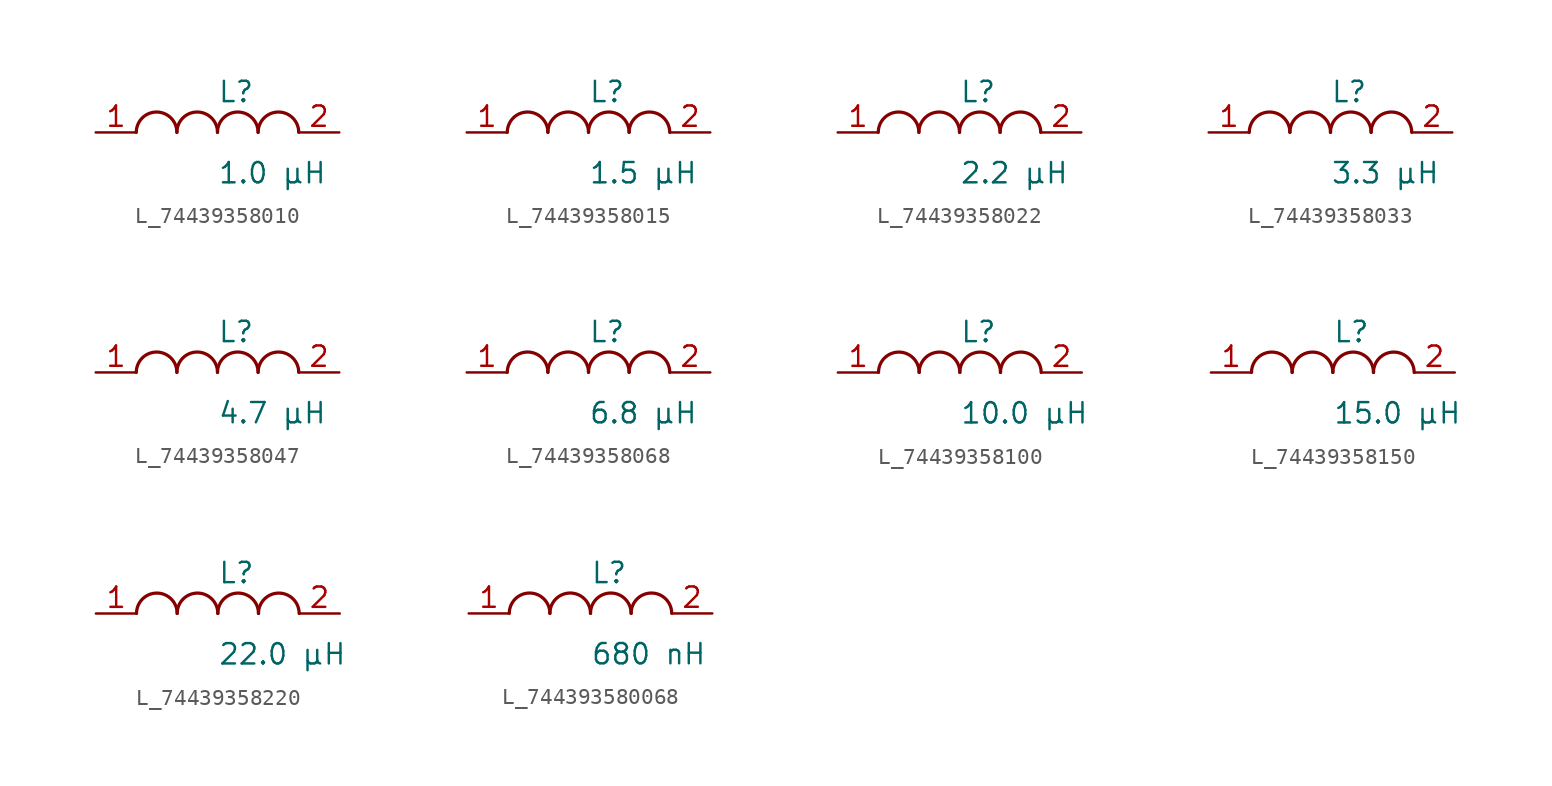
<source format=kicad_sym>
(kicad_symbol_lib
  (version 20231120)
  (generator kicad_symbol_editor)
  (generator_version 8.0)
  (symbol "L_74439358010"
    (pin_names
      (offset 0.254))
    (property "Reference" "L"
      (at 0 2.54 0)
      (effects (font (size 1.27 1.27)) (justify left)))
    (property "Value" "1.0 µH"
      (at 0 -2.54 0)
      (effects (font (size 1.27 1.27)) (justify left)))
    (symbol "L_74439358010_1_1"
      (arc (start -2.54 0.0056) (mid -3.81 1.27) (end -5.08 0.0056) (stroke (width 0.2032) (type default)) (fill (type none)))
      (arc (start 0 0.0056) (mid -1.27 1.27) (end -2.54 0.0056) (stroke (width 0.2032) (type default)) (fill (type none)))
      (arc (start 2.54 0.0056) (mid 1.27 1.27) (end 0 0.0056) (stroke (width 0.2032) (type default)) (fill (type none)))
      (arc (start 5.08 0.0056) (mid 3.81 1.27) (end 2.54 0.0056) (stroke (width 0.2032) (type default)) (fill (type none)))
      (pin passive line (at -7.62 0 0) (length 2.54) (name "" (effects (font (size 1.27 1.27)))) (number "1" (effects (font (size 1.27 1.27)))))
      (pin passive line (at 7.62 0 180) (length 2.54) (name "" (effects (font (size 1.27 1.27)))) (number "2" (effects (font (size 1.27 1.27)))))))
  (symbol "L_74439358015"
    (pin_names
      (offset 0.254))
    (property "Reference" "L"
      (at 0 2.54 0)
      (effects (font (size 1.27 1.27)) (justify left)))
    (property "Value" "1.5 µH"
      (at 0 -2.54 0)
      (effects (font (size 1.27 1.27)) (justify left)))
    (symbol "L_74439358015_1_1"
      (arc (start -2.54 0.0056) (mid -3.81 1.27) (end -5.08 0.0056) (stroke (width 0.2032) (type default)) (fill (type none)))
      (arc (start 0 0.0056) (mid -1.27 1.27) (end -2.54 0.0056) (stroke (width 0.2032) (type default)) (fill (type none)))
      (arc (start 2.54 0.0056) (mid 1.27 1.27) (end 0 0.0056) (stroke (width 0.2032) (type default)) (fill (type none)))
      (arc (start 5.08 0.0056) (mid 3.81 1.27) (end 2.54 0.0056) (stroke (width 0.2032) (type default)) (fill (type none)))
      (pin passive line (at -7.62 0 0) (length 2.54) (name "" (effects (font (size 1.27 1.27)))) (number "1" (effects (font (size 1.27 1.27)))))
      (pin passive line (at 7.62 0 180) (length 2.54) (name "" (effects (font (size 1.27 1.27)))) (number "2" (effects (font (size 1.27 1.27)))))))
  (symbol "L_74439358022"
    (pin_names
      (offset 0.254))
    (property "Reference" "L"
      (at 0 2.54 0)
      (effects (font (size 1.27 1.27)) (justify left)))
    (property "Value" "2.2 µH"
      (at 0 -2.54 0)
      (effects (font (size 1.27 1.27)) (justify left)))
    (symbol "L_74439358022_1_1"
      (arc (start -2.54 0.0056) (mid -3.81 1.27) (end -5.08 0.0056) (stroke (width 0.2032) (type default)) (fill (type none)))
      (arc (start 0 0.0056) (mid -1.27 1.27) (end -2.54 0.0056) (stroke (width 0.2032) (type default)) (fill (type none)))
      (arc (start 2.54 0.0056) (mid 1.27 1.27) (end 0 0.0056) (stroke (width 0.2032) (type default)) (fill (type none)))
      (arc (start 5.08 0.0056) (mid 3.81 1.27) (end 2.54 0.0056) (stroke (width 0.2032) (type default)) (fill (type none)))
      (pin passive line (at -7.62 0 0) (length 2.54) (name "" (effects (font (size 1.27 1.27)))) (number "1" (effects (font (size 1.27 1.27)))))
      (pin passive line (at 7.62 0 180) (length 2.54) (name "" (effects (font (size 1.27 1.27)))) (number "2" (effects (font (size 1.27 1.27)))))))
  (symbol "L_74439358033"
    (pin_names
      (offset 0.254))
    (property "Reference" "L"
      (at 0 2.54 0)
      (effects (font (size 1.27 1.27)) (justify left)))
    (property "Value" "3.3 µH"
      (at 0 -2.54 0)
      (effects (font (size 1.27 1.27)) (justify left)))
    (symbol "L_74439358033_1_1"
      (arc (start -2.54 0.0056) (mid -3.81 1.27) (end -5.08 0.0056) (stroke (width 0.2032) (type default)) (fill (type none)))
      (arc (start 0 0.0056) (mid -1.27 1.27) (end -2.54 0.0056) (stroke (width 0.2032) (type default)) (fill (type none)))
      (arc (start 2.54 0.0056) (mid 1.27 1.27) (end 0 0.0056) (stroke (width 0.2032) (type default)) (fill (type none)))
      (arc (start 5.08 0.0056) (mid 3.81 1.27) (end 2.54 0.0056) (stroke (width 0.2032) (type default)) (fill (type none)))
      (pin passive line (at -7.62 0 0) (length 2.54) (name "" (effects (font (size 1.27 1.27)))) (number "1" (effects (font (size 1.27 1.27)))))
      (pin passive line (at 7.62 0 180) (length 2.54) (name "" (effects (font (size 1.27 1.27)))) (number "2" (effects (font (size 1.27 1.27)))))))
  (symbol "L_74439358047"
    (pin_names
      (offset 0.254))
    (property "Reference" "L"
      (at 0 2.54 0)
      (effects (font (size 1.27 1.27)) (justify left)))
    (property "Value" "4.7 µH"
      (at 0 -2.54 0)
      (effects (font (size 1.27 1.27)) (justify left)))
    (symbol "L_74439358047_1_1"
      (arc (start -2.54 0.0056) (mid -3.81 1.27) (end -5.08 0.0056) (stroke (width 0.2032) (type default)) (fill (type none)))
      (arc (start 0 0.0056) (mid -1.27 1.27) (end -2.54 0.0056) (stroke (width 0.2032) (type default)) (fill (type none)))
      (arc (start 2.54 0.0056) (mid 1.27 1.27) (end 0 0.0056) (stroke (width 0.2032) (type default)) (fill (type none)))
      (arc (start 5.08 0.0056) (mid 3.81 1.27) (end 2.54 0.0056) (stroke (width 0.2032) (type default)) (fill (type none)))
      (pin passive line (at -7.62 0 0) (length 2.54) (name "" (effects (font (size 1.27 1.27)))) (number "1" (effects (font (size 1.27 1.27)))))
      (pin passive line (at 7.62 0 180) (length 2.54) (name "" (effects (font (size 1.27 1.27)))) (number "2" (effects (font (size 1.27 1.27)))))))
  (symbol "L_74439358068"
    (pin_names
      (offset 0.254))
    (property "Reference" "L"
      (at 0 2.54 0)
      (effects (font (size 1.27 1.27)) (justify left)))
    (property "Value" "6.8 µH"
      (at 0 -2.54 0)
      (effects (font (size 1.27 1.27)) (justify left)))
    (symbol "L_74439358068_1_1"
      (arc (start -2.54 0.0056) (mid -3.81 1.27) (end -5.08 0.0056) (stroke (width 0.2032) (type default)) (fill (type none)))
      (arc (start 0 0.0056) (mid -1.27 1.27) (end -2.54 0.0056) (stroke (width 0.2032) (type default)) (fill (type none)))
      (arc (start 2.54 0.0056) (mid 1.27 1.27) (end 0 0.0056) (stroke (width 0.2032) (type default)) (fill (type none)))
      (arc (start 5.08 0.0056) (mid 3.81 1.27) (end 2.54 0.0056) (stroke (width 0.2032) (type default)) (fill (type none)))
      (pin passive line (at -7.62 0 0) (length 2.54) (name "" (effects (font (size 1.27 1.27)))) (number "1" (effects (font (size 1.27 1.27)))))
      (pin passive line (at 7.62 0 180) (length 2.54) (name "" (effects (font (size 1.27 1.27)))) (number "2" (effects (font (size 1.27 1.27)))))))
  (symbol "L_74439358100"
    (pin_names
      (offset 0.254))
    (property "Reference" "L"
      (at 0 2.54 0)
      (effects (font (size 1.27 1.27)) (justify left)))
    (property "Value" "10.0 µH"
      (at 0 -2.54 0)
      (effects (font (size 1.27 1.27)) (justify left)))
    (symbol "L_74439358100_1_1"
      (arc (start -2.54 0.0056) (mid -3.81 1.27) (end -5.08 0.0056) (stroke (width 0.2032) (type default)) (fill (type none)))
      (arc (start 0 0.0056) (mid -1.27 1.27) (end -2.54 0.0056) (stroke (width 0.2032) (type default)) (fill (type none)))
      (arc (start 2.54 0.0056) (mid 1.27 1.27) (end 0 0.0056) (stroke (width 0.2032) (type default)) (fill (type none)))
      (arc (start 5.08 0.0056) (mid 3.81 1.27) (end 2.54 0.0056) (stroke (width 0.2032) (type default)) (fill (type none)))
      (pin passive line (at -7.62 0 0) (length 2.54) (name "" (effects (font (size 1.27 1.27)))) (number "1" (effects (font (size 1.27 1.27)))))
      (pin passive line (at 7.62 0 180) (length 2.54) (name "" (effects (font (size 1.27 1.27)))) (number "2" (effects (font (size 1.27 1.27)))))))
  (symbol "L_74439358150"
    (pin_names
      (offset 0.254))
    (property "Reference" "L"
      (at 0 2.54 0)
      (effects (font (size 1.27 1.27)) (justify left)))
    (property "Value" "15.0 µH"
      (at 0 -2.54 0)
      (effects (font (size 1.27 1.27)) (justify left)))
    (symbol "L_74439358150_1_1"
      (arc (start -2.54 0.0056) (mid -3.81 1.27) (end -5.08 0.0056) (stroke (width 0.2032) (type default)) (fill (type none)))
      (arc (start 0 0.0056) (mid -1.27 1.27) (end -2.54 0.0056) (stroke (width 0.2032) (type default)) (fill (type none)))
      (arc (start 2.54 0.0056) (mid 1.27 1.27) (end 0 0.0056) (stroke (width 0.2032) (type default)) (fill (type none)))
      (arc (start 5.08 0.0056) (mid 3.81 1.27) (end 2.54 0.0056) (stroke (width 0.2032) (type default)) (fill (type none)))
      (pin passive line (at -7.62 0 0) (length 2.54) (name "" (effects (font (size 1.27 1.27)))) (number "1" (effects (font (size 1.27 1.27)))))
      (pin passive line (at 7.62 0 180) (length 2.54) (name "" (effects (font (size 1.27 1.27)))) (number "2" (effects (font (size 1.27 1.27)))))))
  (symbol "L_74439358220"
    (pin_names
      (offset 0.254))
    (property "Reference" "L"
      (at 0 2.54 0)
      (effects (font (size 1.27 1.27)) (justify left)))
    (property "Value" "22.0 µH"
      (at 0 -2.54 0)
      (effects (font (size 1.27 1.27)) (justify left)))
    (symbol "L_74439358220_1_1"
      (arc (start -2.54 0.0056) (mid -3.81 1.27) (end -5.08 0.0056) (stroke (width 0.2032) (type default)) (fill (type none)))
      (arc (start 0 0.0056) (mid -1.27 1.27) (end -2.54 0.0056) (stroke (width 0.2032) (type default)) (fill (type none)))
      (arc (start 2.54 0.0056) (mid 1.27 1.27) (end 0 0.0056) (stroke (width 0.2032) (type default)) (fill (type none)))
      (arc (start 5.08 0.0056) (mid 3.81 1.27) (end 2.54 0.0056) (stroke (width 0.2032) (type default)) (fill (type none)))
      (pin passive line (at -7.62 0 0) (length 2.54) (name "" (effects (font (size 1.27 1.27)))) (number "1" (effects (font (size 1.27 1.27)))))
      (pin passive line (at 7.62 0 180) (length 2.54) (name "" (effects (font (size 1.27 1.27)))) (number "2" (effects (font (size 1.27 1.27)))))))
  (symbol "L_744393580068"
    (pin_names
      (offset 0.254))
    (property "Reference" "L"
      (at 0 2.54 0)
      (effects (font (size 1.27 1.27)) (justify left)))
    (property "Value" "680 nH"
      (at 0 -2.54 0)
      (effects (font (size 1.27 1.27)) (justify left)))
    (symbol "L_744393580068_1_1"
      (arc (start -2.54 0.0056) (mid -3.81 1.27) (end -5.08 0.0056) (stroke (width 0.2032) (type default)) (fill (type none)))
      (arc (start 0 0.0056) (mid -1.27 1.27) (end -2.54 0.0056) (stroke (width 0.2032) (type default)) (fill (type none)))
      (arc (start 2.54 0.0056) (mid 1.27 1.27) (end 0 0.0056) (stroke (width 0.2032) (type default)) (fill (type none)))
      (arc (start 5.08 0.0056) (mid 3.81 1.27) (end 2.54 0.0056) (stroke (width 0.2032) (type default)) (fill (type none)))
      (pin passive line (at -7.62 0 0) (length 2.54) (name "" (effects (font (size 1.27 1.27)))) (number "1" (effects (font (size 1.27 1.27)))))
      (pin passive line (at 7.62 0 180) (length 2.54) (name "" (effects (font (size 1.27 1.27)))) (number "2" (effects (font (size 1.27 1.27))))))))
</source>
